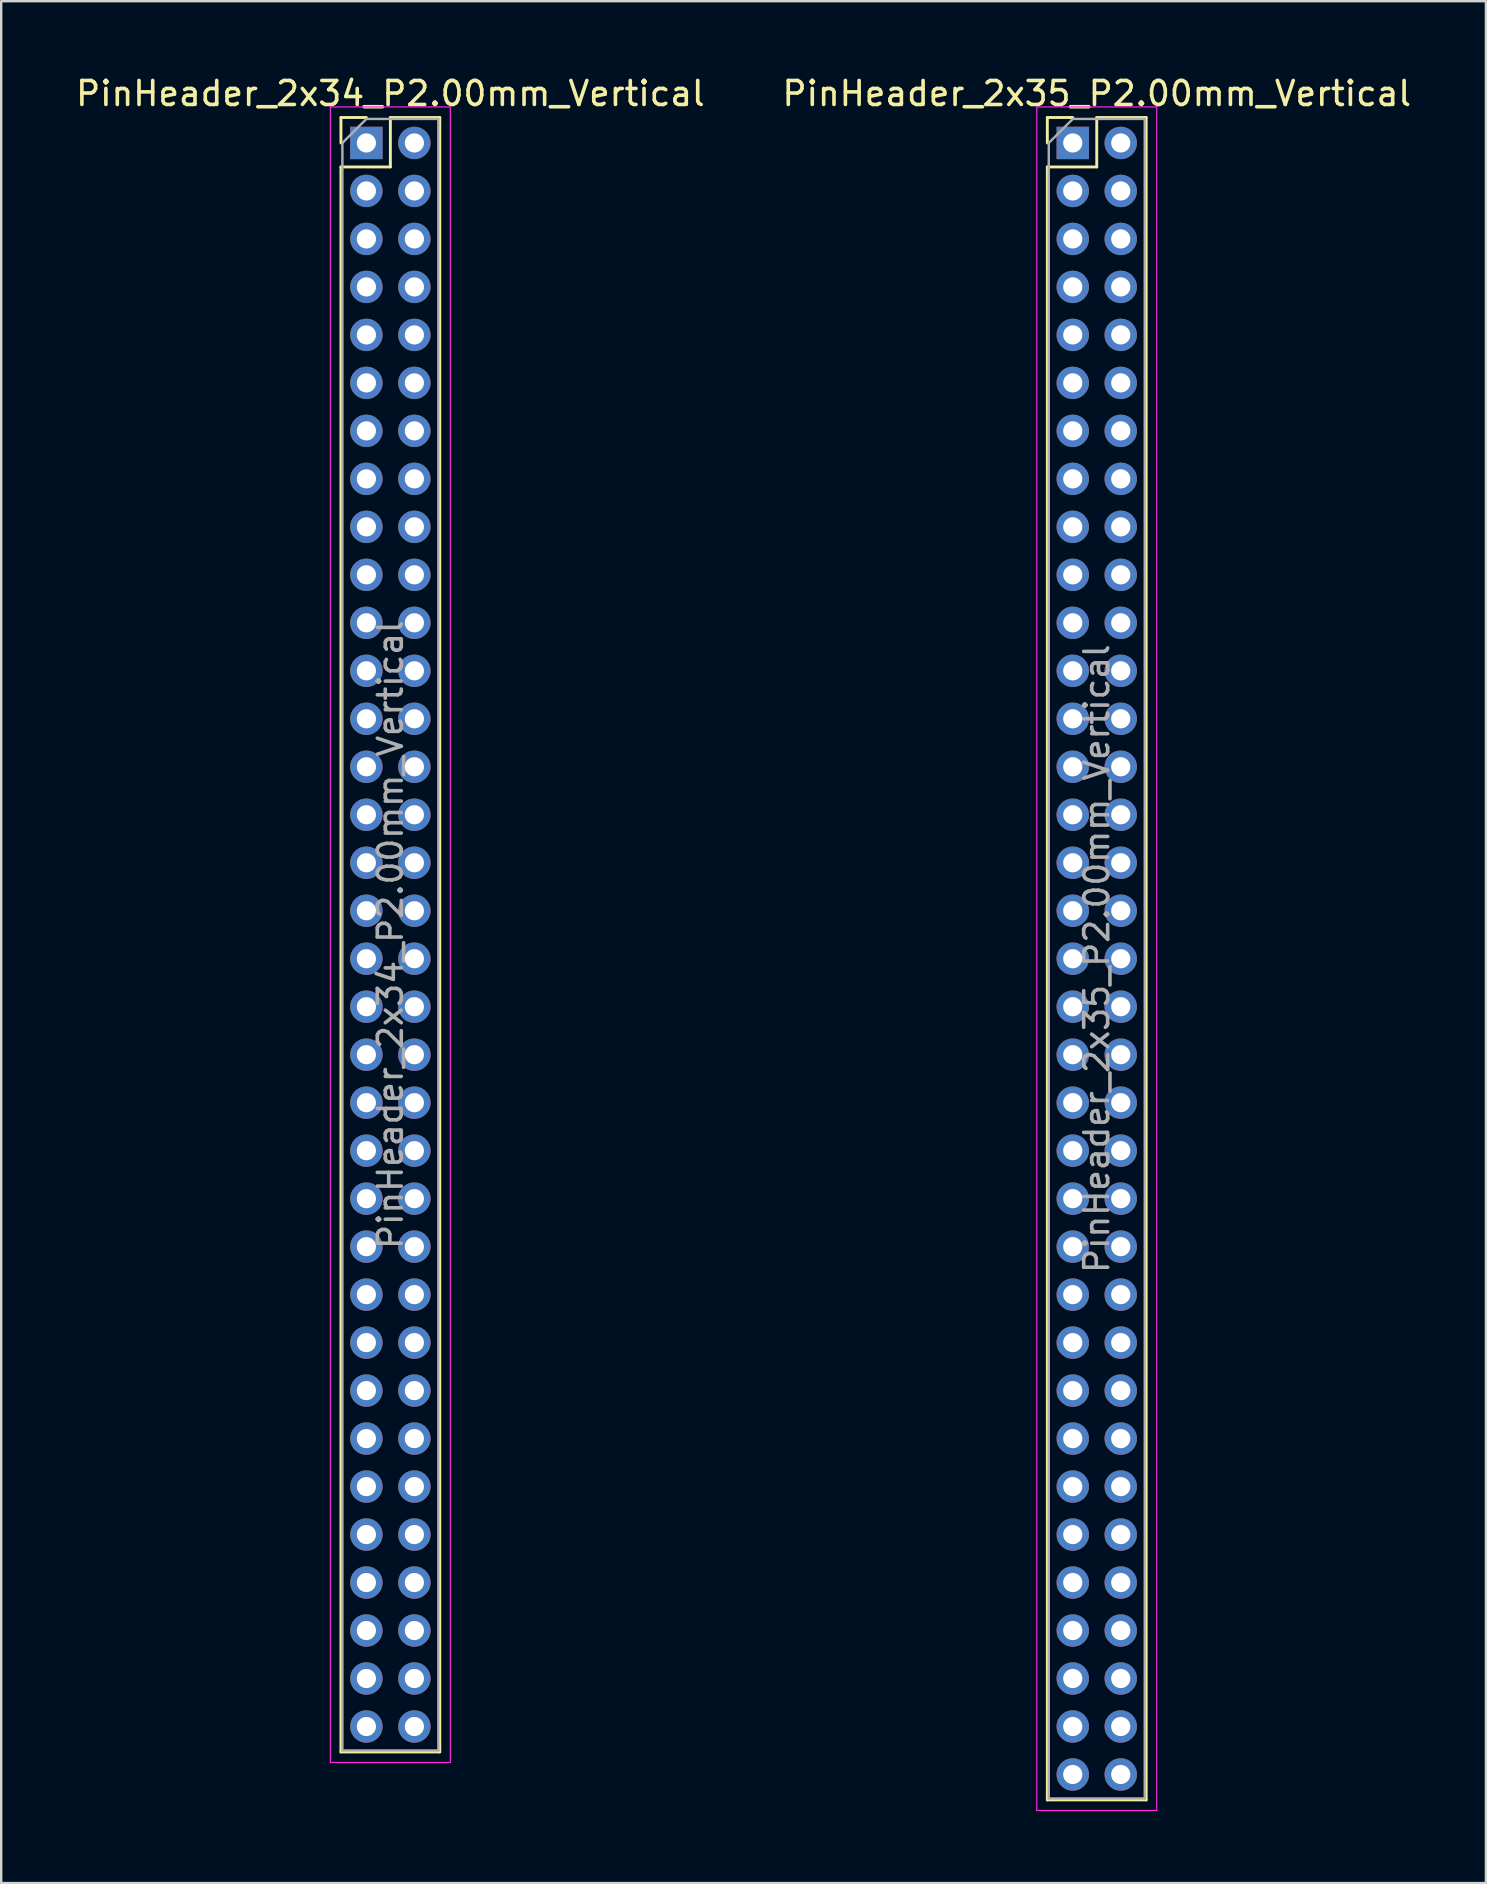
<source format=kicad_pcb>
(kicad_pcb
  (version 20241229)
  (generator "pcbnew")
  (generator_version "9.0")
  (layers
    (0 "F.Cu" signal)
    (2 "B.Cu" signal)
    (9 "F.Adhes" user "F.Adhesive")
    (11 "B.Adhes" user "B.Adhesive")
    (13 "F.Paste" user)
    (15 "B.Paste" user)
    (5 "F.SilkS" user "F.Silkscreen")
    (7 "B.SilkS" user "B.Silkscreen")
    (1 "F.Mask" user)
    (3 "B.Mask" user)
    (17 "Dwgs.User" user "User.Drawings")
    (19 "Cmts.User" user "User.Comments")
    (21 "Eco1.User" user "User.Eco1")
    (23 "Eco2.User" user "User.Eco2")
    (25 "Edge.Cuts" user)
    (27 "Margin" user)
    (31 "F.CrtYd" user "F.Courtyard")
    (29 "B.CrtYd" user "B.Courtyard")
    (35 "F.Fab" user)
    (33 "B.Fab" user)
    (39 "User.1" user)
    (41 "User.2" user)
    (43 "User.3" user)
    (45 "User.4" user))
  (footprint "PinHeader_2x35_P2.00mm_Vertical"
    (layer "F.Cu")
    (at 41.661 2.908)
    (property "Reference" "PinHeader_2x35_P2.00mm_Vertical" (at 1 -2.06 0) (layer "F.SilkS") (effects (font (size 1 1) (thickness 0.15))))
    (attr through_hole)
    (fp_line (start -1.06 -1.06) (end 0 -1.06) (stroke (width 0.12) (type solid)) (layer "F.SilkS"))
    (fp_line (start -1.06 0) (end -1.06 -1.06) (stroke (width 0.12) (type solid)) (layer "F.SilkS"))
    (fp_line (start -1.06 1) (end -1.06 69.06) (stroke (width 0.12) (type solid)) (layer "F.SilkS"))
    (fp_line (start -1.06 1) (end 1 1) (stroke (width 0.12) (type solid)) (layer "F.SilkS"))
    (fp_line (start -1.06 69.06) (end 3.06 69.06) (stroke (width 0.12) (type solid)) (layer "F.SilkS"))
    (fp_line (start 1 -1.06) (end 3.06 -1.06) (stroke (width 0.12) (type solid)) (layer "F.SilkS"))
    (fp_line (start 1 1) (end 1 -1.06) (stroke (width 0.12) (type solid)) (layer "F.SilkS"))
    (fp_line (start 3.06 -1.06) (end 3.06 69.06) (stroke (width 0.12) (type solid)) (layer "F.SilkS"))
    (fp_line (start -1.5 -1.5) (end -1.5 69.5) (stroke (width 0.05) (type solid)) (layer "F.CrtYd"))
    (fp_line (start -1.5 69.5) (end 3.5 69.5) (stroke (width 0.05) (type solid)) (layer "F.CrtYd"))
    (fp_line (start 3.5 -1.5) (end -1.5 -1.5) (stroke (width 0.05) (type solid)) (layer "F.CrtYd"))
    (fp_line (start 3.5 69.5) (end 3.5 -1.5) (stroke (width 0.05) (type solid)) (layer "F.CrtYd"))
    (fp_line (start -1 0) (end 0 -1) (stroke (width 0.1) (type solid)) (layer "F.Fab"))
    (fp_line (start -1 69) (end -1 0) (stroke (width 0.1) (type solid)) (layer "F.Fab"))
    (fp_line (start 0 -1) (end 3 -1) (stroke (width 0.1) (type solid)) (layer "F.Fab"))
    (fp_line (start 3 -1) (end 3 69) (stroke (width 0.1) (type solid)) (layer "F.Fab"))
    (fp_line (start 3 69) (end -1 69) (stroke (width 0.1) (type solid)) (layer "F.Fab"))
    (fp_text user "${REFERENCE}" (at 1 34 90) (layer "F.Fab") (effects (font (size 1 1) (thickness 0.15))))
    (pad "1" thru_hole rect (at 0 0) (size 1.35 1.35) (drill 0.8) (layers "*.Cu" "*.Mask"))
    (pad "2" thru_hole oval (at 2 0) (size 1.35 1.35) (drill 0.8) (layers "*.Cu" "*.Mask"))
    (pad "3" thru_hole oval (at 0 2) (size 1.35 1.35) (drill 0.8) (layers "*.Cu" "*.Mask"))
    (pad "4" thru_hole oval (at 2 2) (size 1.35 1.35) (drill 0.8) (layers "*.Cu" "*.Mask"))
    (pad "5" thru_hole oval (at 0 4) (size 1.35 1.35) (drill 0.8) (layers "*.Cu" "*.Mask"))
    (pad "6" thru_hole oval (at 2 4) (size 1.35 1.35) (drill 0.8) (layers "*.Cu" "*.Mask"))
    (pad "7" thru_hole oval (at 0 6) (size 1.35 1.35) (drill 0.8) (layers "*.Cu" "*.Mask"))
    (pad "8" thru_hole oval (at 2 6) (size 1.35 1.35) (drill 0.8) (layers "*.Cu" "*.Mask"))
    (pad "9" thru_hole oval (at 0 8) (size 1.35 1.35) (drill 0.8) (layers "*.Cu" "*.Mask"))
    (pad "10" thru_hole oval (at 2 8) (size 1.35 1.35) (drill 0.8) (layers "*.Cu" "*.Mask"))
    (pad "11" thru_hole oval (at 0 10) (size 1.35 1.35) (drill 0.8) (layers "*.Cu" "*.Mask"))
    (pad "12" thru_hole oval (at 2 10) (size 1.35 1.35) (drill 0.8) (layers "*.Cu" "*.Mask"))
    (pad "13" thru_hole oval (at 0 12) (size 1.35 1.35) (drill 0.8) (layers "*.Cu" "*.Mask"))
    (pad "14" thru_hole oval (at 2 12) (size 1.35 1.35) (drill 0.8) (layers "*.Cu" "*.Mask"))
    (pad "15" thru_hole oval (at 0 14) (size 1.35 1.35) (drill 0.8) (layers "*.Cu" "*.Mask"))
    (pad "16" thru_hole oval (at 2 14) (size 1.35 1.35) (drill 0.8) (layers "*.Cu" "*.Mask"))
    (pad "17" thru_hole oval (at 0 16) (size 1.35 1.35) (drill 0.8) (layers "*.Cu" "*.Mask"))
    (pad "18" thru_hole oval (at 2 16) (size 1.35 1.35) (drill 0.8) (layers "*.Cu" "*.Mask"))
    (pad "19" thru_hole oval (at 0 18) (size 1.35 1.35) (drill 0.8) (layers "*.Cu" "*.Mask"))
    (pad "20" thru_hole oval (at 2 18) (size 1.35 1.35) (drill 0.8) (layers "*.Cu" "*.Mask"))
    (pad "21" thru_hole oval (at 0 20) (size 1.35 1.35) (drill 0.8) (layers "*.Cu" "*.Mask"))
    (pad "22" thru_hole oval (at 2 20) (size 1.35 1.35) (drill 0.8) (layers "*.Cu" "*.Mask"))
    (pad "23" thru_hole oval (at 0 22) (size 1.35 1.35) (drill 0.8) (layers "*.Cu" "*.Mask"))
    (pad "24" thru_hole oval (at 2 22) (size 1.35 1.35) (drill 0.8) (layers "*.Cu" "*.Mask"))
    (pad "25" thru_hole oval (at 0 24) (size 1.35 1.35) (drill 0.8) (layers "*.Cu" "*.Mask"))
    (pad "26" thru_hole oval (at 2 24) (size 1.35 1.35) (drill 0.8) (layers "*.Cu" "*.Mask"))
    (pad "27" thru_hole oval (at 0 26) (size 1.35 1.35) (drill 0.8) (layers "*.Cu" "*.Mask"))
    (pad "28" thru_hole oval (at 2 26) (size 1.35 1.35) (drill 0.8) (layers "*.Cu" "*.Mask"))
    (pad "29" thru_hole oval (at 0 28) (size 1.35 1.35) (drill 0.8) (layers "*.Cu" "*.Mask"))
    (pad "30" thru_hole oval (at 2 28) (size 1.35 1.35) (drill 0.8) (layers "*.Cu" "*.Mask"))
    (pad "31" thru_hole oval (at 0 30) (size 1.35 1.35) (drill 0.8) (layers "*.Cu" "*.Mask"))
    (pad "32" thru_hole oval (at 2 30) (size 1.35 1.35) (drill 0.8) (layers "*.Cu" "*.Mask"))
    (pad "33" thru_hole oval (at 0 32) (size 1.35 1.35) (drill 0.8) (layers "*.Cu" "*.Mask"))
    (pad "34" thru_hole oval (at 2 32) (size 1.35 1.35) (drill 0.8) (layers "*.Cu" "*.Mask"))
    (pad "35" thru_hole oval (at 0 34) (size 1.35 1.35) (drill 0.8) (layers "*.Cu" "*.Mask"))
    (pad "36" thru_hole oval (at 2 34) (size 1.35 1.35) (drill 0.8) (layers "*.Cu" "*.Mask"))
    (pad "37" thru_hole oval (at 0 36) (size 1.35 1.35) (drill 0.8) (layers "*.Cu" "*.Mask"))
    (pad "38" thru_hole oval (at 2 36) (size 1.35 1.35) (drill 0.8) (layers "*.Cu" "*.Mask"))
    (pad "39" thru_hole oval (at 0 38) (size 1.35 1.35) (drill 0.8) (layers "*.Cu" "*.Mask"))
    (pad "40" thru_hole oval (at 2 38) (size 1.35 1.35) (drill 0.8) (layers "*.Cu" "*.Mask"))
    (pad "41" thru_hole oval (at 0 40) (size 1.35 1.35) (drill 0.8) (layers "*.Cu" "*.Mask"))
    (pad "42" thru_hole oval (at 2 40) (size 1.35 1.35) (drill 0.8) (layers "*.Cu" "*.Mask"))
    (pad "43" thru_hole oval (at 0 42) (size 1.35 1.35) (drill 0.8) (layers "*.Cu" "*.Mask"))
    (pad "44" thru_hole oval (at 2 42) (size 1.35 1.35) (drill 0.8) (layers "*.Cu" "*.Mask"))
    (pad "45" thru_hole oval (at 0 44) (size 1.35 1.35) (drill 0.8) (layers "*.Cu" "*.Mask"))
    (pad "46" thru_hole oval (at 2 44) (size 1.35 1.35) (drill 0.8) (layers "*.Cu" "*.Mask"))
    (pad "47" thru_hole oval (at 0 46) (size 1.35 1.35) (drill 0.8) (layers "*.Cu" "*.Mask"))
    (pad "48" thru_hole oval (at 2 46) (size 1.35 1.35) (drill 0.8) (layers "*.Cu" "*.Mask"))
    (pad "49" thru_hole oval (at 0 48) (size 1.35 1.35) (drill 0.8) (layers "*.Cu" "*.Mask"))
    (pad "50" thru_hole oval (at 2 48) (size 1.35 1.35) (drill 0.8) (layers "*.Cu" "*.Mask"))
    (pad "51" thru_hole oval (at 0 50) (size 1.35 1.35) (drill 0.8) (layers "*.Cu" "*.Mask"))
    (pad "52" thru_hole oval (at 2 50) (size 1.35 1.35) (drill 0.8) (layers "*.Cu" "*.Mask"))
    (pad "53" thru_hole oval (at 0 52) (size 1.35 1.35) (drill 0.8) (layers "*.Cu" "*.Mask"))
    (pad "54" thru_hole oval (at 2 52) (size 1.35 1.35) (drill 0.8) (layers "*.Cu" "*.Mask"))
    (pad "55" thru_hole oval (at 0 54) (size 1.35 1.35) (drill 0.8) (layers "*.Cu" "*.Mask"))
    (pad "56" thru_hole oval (at 2 54) (size 1.35 1.35) (drill 0.8) (layers "*.Cu" "*.Mask"))
    (pad "57" thru_hole oval (at 0 56) (size 1.35 1.35) (drill 0.8) (layers "*.Cu" "*.Mask"))
    (pad "58" thru_hole oval (at 2 56) (size 1.35 1.35) (drill 0.8) (layers "*.Cu" "*.Mask"))
    (pad "59" thru_hole oval (at 0 58) (size 1.35 1.35) (drill 0.8) (layers "*.Cu" "*.Mask"))
    (pad "60" thru_hole oval (at 2 58) (size 1.35 1.35) (drill 0.8) (layers "*.Cu" "*.Mask"))
    (pad "61" thru_hole oval (at 0 60) (size 1.35 1.35) (drill 0.8) (layers "*.Cu" "*.Mask"))
    (pad "62" thru_hole oval (at 2 60) (size 1.35 1.35) (drill 0.8) (layers "*.Cu" "*.Mask"))
    (pad "63" thru_hole oval (at 0 62) (size 1.35 1.35) (drill 0.8) (layers "*.Cu" "*.Mask"))
    (pad "64" thru_hole oval (at 2 62) (size 1.35 1.35) (drill 0.8) (layers "*.Cu" "*.Mask"))
    (pad "65" thru_hole oval (at 0 64) (size 1.35 1.35) (drill 0.8) (layers "*.Cu" "*.Mask"))
    (pad "66" thru_hole oval (at 2 64) (size 1.35 1.35) (drill 0.8) (layers "*.Cu" "*.Mask"))
    (pad "67" thru_hole oval (at 0 66) (size 1.35 1.35) (drill 0.8) (layers "*.Cu" "*.Mask"))
    (pad "68" thru_hole oval (at 2 66) (size 1.35 1.35) (drill 0.8) (layers "*.Cu" "*.Mask"))
    (pad "69" thru_hole oval (at 0 68) (size 1.35 1.35) (drill 0.8) (layers "*.Cu" "*.Mask"))
    (pad "70" thru_hole oval (at 2 68) (size 1.35 1.35) (drill 0.8) (layers "*.Cu" "*.Mask")))
  (footprint "PinHeader_2x34_P2.00mm_Vertical"
    (layer "F.Cu")
    (at 12.22 2.908)
    (property "Reference" "PinHeader_2x34_P2.00mm_Vertical" (at 1 -2.06 0) (layer "F.SilkS") (effects (font (size 1 1) (thickness 0.15))))
    (attr through_hole)
    (fp_line (start -1.06 -1.06) (end 0 -1.06) (stroke (width 0.12) (type solid)) (layer "F.SilkS"))
    (fp_line (start -1.06 0) (end -1.06 -1.06) (stroke (width 0.12) (type solid)) (layer "F.SilkS"))
    (fp_line (start -1.06 1) (end -1.06 67.06) (stroke (width 0.12) (type solid)) (layer "F.SilkS"))
    (fp_line (start -1.06 1) (end 1 1) (stroke (width 0.12) (type solid)) (layer "F.SilkS"))
    (fp_line (start -1.06 67.06) (end 3.06 67.06) (stroke (width 0.12) (type solid)) (layer "F.SilkS"))
    (fp_line (start 1 -1.06) (end 3.06 -1.06) (stroke (width 0.12) (type solid)) (layer "F.SilkS"))
    (fp_line (start 1 1) (end 1 -1.06) (stroke (width 0.12) (type solid)) (layer "F.SilkS"))
    (fp_line (start 3.06 -1.06) (end 3.06 67.06) (stroke (width 0.12) (type solid)) (layer "F.SilkS"))
    (fp_line (start -1.5 -1.5) (end -1.5 67.5) (stroke (width 0.05) (type solid)) (layer "F.CrtYd"))
    (fp_line (start -1.5 67.5) (end 3.5 67.5) (stroke (width 0.05) (type solid)) (layer "F.CrtYd"))
    (fp_line (start 3.5 -1.5) (end -1.5 -1.5) (stroke (width 0.05) (type solid)) (layer "F.CrtYd"))
    (fp_line (start 3.5 67.5) (end 3.5 -1.5) (stroke (width 0.05) (type solid)) (layer "F.CrtYd"))
    (fp_line (start -1 0) (end 0 -1) (stroke (width 0.1) (type solid)) (layer "F.Fab"))
    (fp_line (start -1 67) (end -1 0) (stroke (width 0.1) (type solid)) (layer "F.Fab"))
    (fp_line (start 0 -1) (end 3 -1) (stroke (width 0.1) (type solid)) (layer "F.Fab"))
    (fp_line (start 3 -1) (end 3 67) (stroke (width 0.1) (type solid)) (layer "F.Fab"))
    (fp_line (start 3 67) (end -1 67) (stroke (width 0.1) (type solid)) (layer "F.Fab"))
    (fp_text user "${REFERENCE}" (at 1 33 90) (layer "F.Fab") (effects (font (size 1 1) (thickness 0.15))))
    (pad "1" thru_hole rect (at 0 0) (size 1.35 1.35) (drill 0.8) (layers "*.Cu" "*.Mask"))
    (pad "2" thru_hole oval (at 2 0) (size 1.35 1.35) (drill 0.8) (layers "*.Cu" "*.Mask"))
    (pad "3" thru_hole oval (at 0 2) (size 1.35 1.35) (drill 0.8) (layers "*.Cu" "*.Mask"))
    (pad "4" thru_hole oval (at 2 2) (size 1.35 1.35) (drill 0.8) (layers "*.Cu" "*.Mask"))
    (pad "5" thru_hole oval (at 0 4) (size 1.35 1.35) (drill 0.8) (layers "*.Cu" "*.Mask"))
    (pad "6" thru_hole oval (at 2 4) (size 1.35 1.35) (drill 0.8) (layers "*.Cu" "*.Mask"))
    (pad "7" thru_hole oval (at 0 6) (size 1.35 1.35) (drill 0.8) (layers "*.Cu" "*.Mask"))
    (pad "8" thru_hole oval (at 2 6) (size 1.35 1.35) (drill 0.8) (layers "*.Cu" "*.Mask"))
    (pad "9" thru_hole oval (at 0 8) (size 1.35 1.35) (drill 0.8) (layers "*.Cu" "*.Mask"))
    (pad "10" thru_hole oval (at 2 8) (size 1.35 1.35) (drill 0.8) (layers "*.Cu" "*.Mask"))
    (pad "11" thru_hole oval (at 0 10) (size 1.35 1.35) (drill 0.8) (layers "*.Cu" "*.Mask"))
    (pad "12" thru_hole oval (at 2 10) (size 1.35 1.35) (drill 0.8) (layers "*.Cu" "*.Mask"))
    (pad "13" thru_hole oval (at 0 12) (size 1.35 1.35) (drill 0.8) (layers "*.Cu" "*.Mask"))
    (pad "14" thru_hole oval (at 2 12) (size 1.35 1.35) (drill 0.8) (layers "*.Cu" "*.Mask"))
    (pad "15" thru_hole oval (at 0 14) (size 1.35 1.35) (drill 0.8) (layers "*.Cu" "*.Mask"))
    (pad "16" thru_hole oval (at 2 14) (size 1.35 1.35) (drill 0.8) (layers "*.Cu" "*.Mask"))
    (pad "17" thru_hole oval (at 0 16) (size 1.35 1.35) (drill 0.8) (layers "*.Cu" "*.Mask"))
    (pad "18" thru_hole oval (at 2 16) (size 1.35 1.35) (drill 0.8) (layers "*.Cu" "*.Mask"))
    (pad "19" thru_hole oval (at 0 18) (size 1.35 1.35) (drill 0.8) (layers "*.Cu" "*.Mask"))
    (pad "20" thru_hole oval (at 2 18) (size 1.35 1.35) (drill 0.8) (layers "*.Cu" "*.Mask"))
    (pad "21" thru_hole oval (at 0 20) (size 1.35 1.35) (drill 0.8) (layers "*.Cu" "*.Mask"))
    (pad "22" thru_hole oval (at 2 20) (size 1.35 1.35) (drill 0.8) (layers "*.Cu" "*.Mask"))
    (pad "23" thru_hole oval (at 0 22) (size 1.35 1.35) (drill 0.8) (layers "*.Cu" "*.Mask"))
    (pad "24" thru_hole oval (at 2 22) (size 1.35 1.35) (drill 0.8) (layers "*.Cu" "*.Mask"))
    (pad "25" thru_hole oval (at 0 24) (size 1.35 1.35) (drill 0.8) (layers "*.Cu" "*.Mask"))
    (pad "26" thru_hole oval (at 2 24) (size 1.35 1.35) (drill 0.8) (layers "*.Cu" "*.Mask"))
    (pad "27" thru_hole oval (at 0 26) (size 1.35 1.35) (drill 0.8) (layers "*.Cu" "*.Mask"))
    (pad "28" thru_hole oval (at 2 26) (size 1.35 1.35) (drill 0.8) (layers "*.Cu" "*.Mask"))
    (pad "29" thru_hole oval (at 0 28) (size 1.35 1.35) (drill 0.8) (layers "*.Cu" "*.Mask"))
    (pad "30" thru_hole oval (at 2 28) (size 1.35 1.35) (drill 0.8) (layers "*.Cu" "*.Mask"))
    (pad "31" thru_hole oval (at 0 30) (size 1.35 1.35) (drill 0.8) (layers "*.Cu" "*.Mask"))
    (pad "32" thru_hole oval (at 2 30) (size 1.35 1.35) (drill 0.8) (layers "*.Cu" "*.Mask"))
    (pad "33" thru_hole oval (at 0 32) (size 1.35 1.35) (drill 0.8) (layers "*.Cu" "*.Mask"))
    (pad "34" thru_hole oval (at 2 32) (size 1.35 1.35) (drill 0.8) (layers "*.Cu" "*.Mask"))
    (pad "35" thru_hole oval (at 0 34) (size 1.35 1.35) (drill 0.8) (layers "*.Cu" "*.Mask"))
    (pad "36" thru_hole oval (at 2 34) (size 1.35 1.35) (drill 0.8) (layers "*.Cu" "*.Mask"))
    (pad "37" thru_hole oval (at 0 36) (size 1.35 1.35) (drill 0.8) (layers "*.Cu" "*.Mask"))
    (pad "38" thru_hole oval (at 2 36) (size 1.35 1.35) (drill 0.8) (layers "*.Cu" "*.Mask"))
    (pad "39" thru_hole oval (at 0 38) (size 1.35 1.35) (drill 0.8) (layers "*.Cu" "*.Mask"))
    (pad "40" thru_hole oval (at 2 38) (size 1.35 1.35) (drill 0.8) (layers "*.Cu" "*.Mask"))
    (pad "41" thru_hole oval (at 0 40) (size 1.35 1.35) (drill 0.8) (layers "*.Cu" "*.Mask"))
    (pad "42" thru_hole oval (at 2 40) (size 1.35 1.35) (drill 0.8) (layers "*.Cu" "*.Mask"))
    (pad "43" thru_hole oval (at 0 42) (size 1.35 1.35) (drill 0.8) (layers "*.Cu" "*.Mask"))
    (pad "44" thru_hole oval (at 2 42) (size 1.35 1.35) (drill 0.8) (layers "*.Cu" "*.Mask"))
    (pad "45" thru_hole oval (at 0 44) (size 1.35 1.35) (drill 0.8) (layers "*.Cu" "*.Mask"))
    (pad "46" thru_hole oval (at 2 44) (size 1.35 1.35) (drill 0.8) (layers "*.Cu" "*.Mask"))
    (pad "47" thru_hole oval (at 0 46) (size 1.35 1.35) (drill 0.8) (layers "*.Cu" "*.Mask"))
    (pad "48" thru_hole oval (at 2 46) (size 1.35 1.35) (drill 0.8) (layers "*.Cu" "*.Mask"))
    (pad "49" thru_hole oval (at 0 48) (size 1.35 1.35) (drill 0.8) (layers "*.Cu" "*.Mask"))
    (pad "50" thru_hole oval (at 2 48) (size 1.35 1.35) (drill 0.8) (layers "*.Cu" "*.Mask"))
    (pad "51" thru_hole oval (at 0 50) (size 1.35 1.35) (drill 0.8) (layers "*.Cu" "*.Mask"))
    (pad "52" thru_hole oval (at 2 50) (size 1.35 1.35) (drill 0.8) (layers "*.Cu" "*.Mask"))
    (pad "53" thru_hole oval (at 0 52) (size 1.35 1.35) (drill 0.8) (layers "*.Cu" "*.Mask"))
    (pad "54" thru_hole oval (at 2 52) (size 1.35 1.35) (drill 0.8) (layers "*.Cu" "*.Mask"))
    (pad "55" thru_hole oval (at 0 54) (size 1.35 1.35) (drill 0.8) (layers "*.Cu" "*.Mask"))
    (pad "56" thru_hole oval (at 2 54) (size 1.35 1.35) (drill 0.8) (layers "*.Cu" "*.Mask"))
    (pad "57" thru_hole oval (at 0 56) (size 1.35 1.35) (drill 0.8) (layers "*.Cu" "*.Mask"))
    (pad "58" thru_hole oval (at 2 56) (size 1.35 1.35) (drill 0.8) (layers "*.Cu" "*.Mask"))
    (pad "59" thru_hole oval (at 0 58) (size 1.35 1.35) (drill 0.8) (layers "*.Cu" "*.Mask"))
    (pad "60" thru_hole oval (at 2 58) (size 1.35 1.35) (drill 0.8) (layers "*.Cu" "*.Mask"))
    (pad "61" thru_hole oval (at 0 60) (size 1.35 1.35) (drill 0.8) (layers "*.Cu" "*.Mask"))
    (pad "62" thru_hole oval (at 2 60) (size 1.35 1.35) (drill 0.8) (layers "*.Cu" "*.Mask"))
    (pad "63" thru_hole oval (at 0 62) (size 1.35 1.35) (drill 0.8) (layers "*.Cu" "*.Mask"))
    (pad "64" thru_hole oval (at 2 62) (size 1.35 1.35) (drill 0.8) (layers "*.Cu" "*.Mask"))
    (pad "65" thru_hole oval (at 0 64) (size 1.35 1.35) (drill 0.8) (layers "*.Cu" "*.Mask"))
    (pad "66" thru_hole oval (at 2 64) (size 1.35 1.35) (drill 0.8) (layers "*.Cu" "*.Mask"))
    (pad "67" thru_hole oval (at 0 66) (size 1.35 1.35) (drill 0.8) (layers "*.Cu" "*.Mask"))
    (pad "68" thru_hole oval (at 2 66) (size 1.35 1.35) (drill 0.8) (layers "*.Cu" "*.Mask")))
  (gr_rect
    (start -3 -3)
    (end 58.881 75.433)
    (stroke (width 0.1) (type default))
    (fill no)
    (layer "Edge.Cuts")))
</source>
